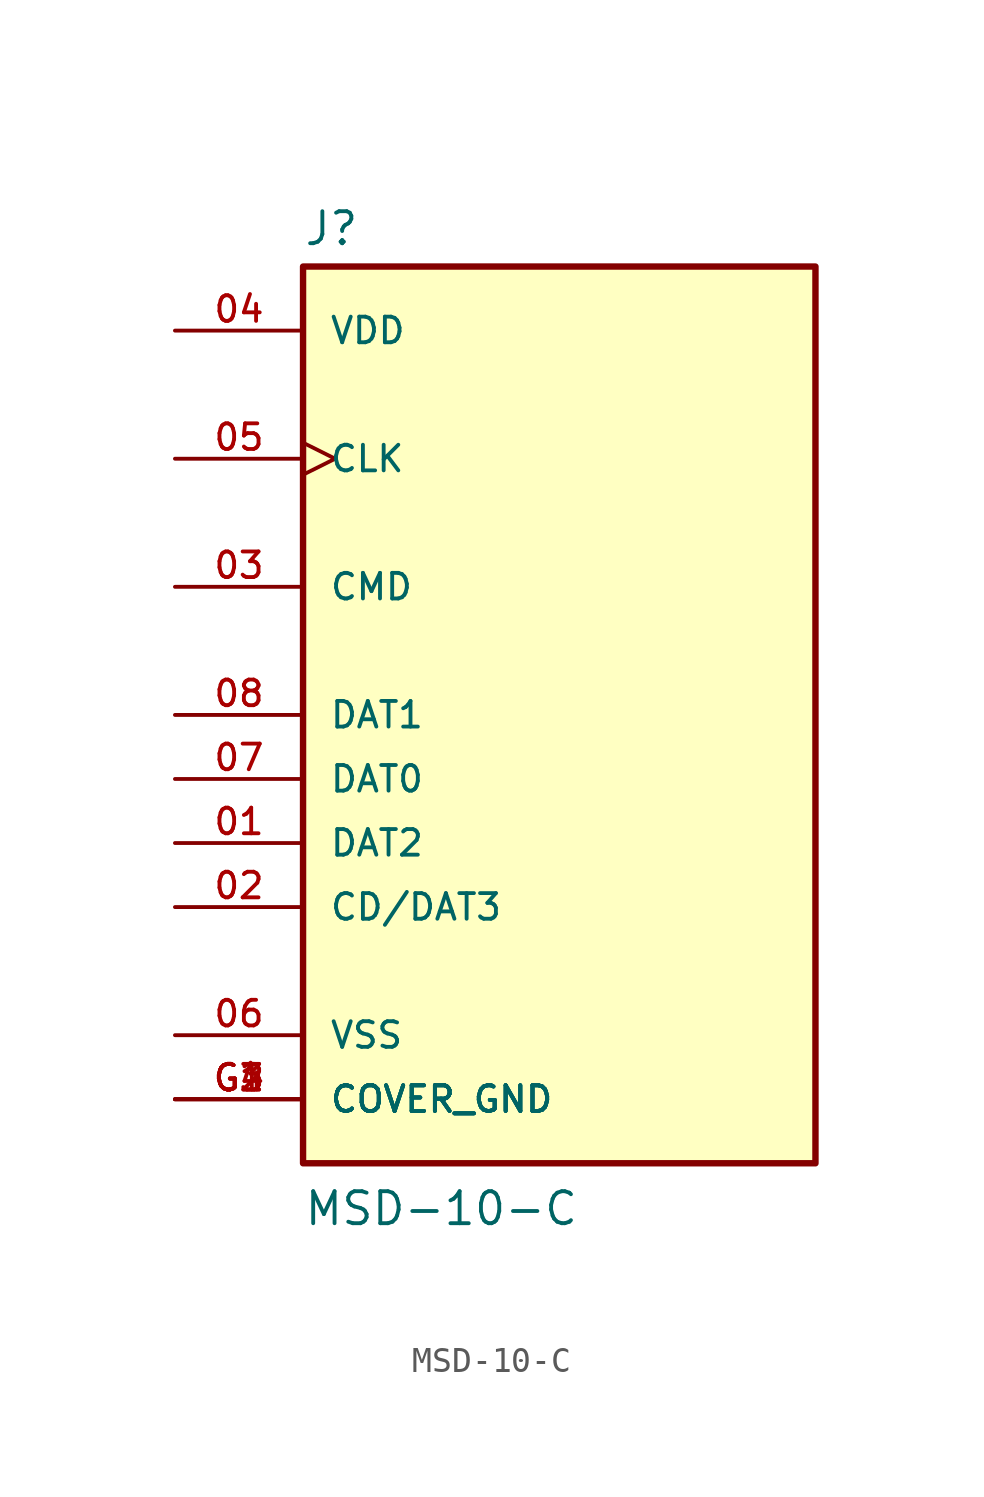
<source format=kicad_sym>
(kicad_symbol_lib
  (version 20211014)
  (generator kicad_symbol_editor)
  (symbol "MSD-10-C"
    (pin_names
      (offset 1.016))
    (property "Reference" "J"
      (at -10.16 18.542 0)
      (effects (font (size 1.27 1.27)) (justify bottom left)))
    (property "Value" "MSD-10-C"
      (at -10.16 -20.32 0)
      (effects (font (size 1.27 1.27)) (justify bottom left)))
    (symbol "MSD-10-C_0_0"
      (rectangle (start -10.16 -17.78) (end 10.16 17.78) (stroke (width 0.254)) (fill (type background)))
      (pin bidirectional line (at -15.24 -5.08 0) (length 5.08) (name "DAT2" (effects (font (size 1.016 1.016)))) (number "01" (effects (font (size 1.016 1.016)))))
      (pin bidirectional line (at -15.24 -7.62 0) (length 5.08) (name "CD/DAT3" (effects (font (size 1.016 1.016)))) (number "02" (effects (font (size 1.016 1.016)))))
      (pin bidirectional line (at -15.24 5.08 0) (length 5.08) (name "CMD" (effects (font (size 1.016 1.016)))) (number "03" (effects (font (size 1.016 1.016)))))
      (pin power_in line (at -15.24 15.24 0) (length 5.08) (name "VDD" (effects (font (size 1.016 1.016)))) (number "04" (effects (font (size 1.016 1.016)))))
      (pin input clock (at -15.24 10.16 0) (length 5.08) (name "CLK" (effects (font (size 1.016 1.016)))) (number "05" (effects (font (size 1.016 1.016)))))
      (pin power_in line (at -15.24 -12.7 0) (length 5.08) (name "VSS" (effects (font (size 1.016 1.016)))) (number "06" (effects (font (size 1.016 1.016)))))
      (pin bidirectional line (at -15.24 -2.54 0) (length 5.08) (name "DAT0" (effects (font (size 1.016 1.016)))) (number "07" (effects (font (size 1.016 1.016)))))
      (pin bidirectional line (at -15.24 0.0 0) (length 5.08) (name "DAT1" (effects (font (size 1.016 1.016)))) (number "08" (effects (font (size 1.016 1.016)))))
      (pin power_in line (at -15.24 -15.24 0) (length 5.08) (name "COVER_GND" (effects (font (size 1.016 1.016)))) (number "G1" (effects (font (size 1.016 1.016)))))
      (pin power_in line (at -15.24 -15.24 0) (length 5.08) (name "COVER_GND" (effects (font (size 1.016 1.016)))) (number "G2" (effects (font (size 1.016 1.016)))))
      (pin power_in line (at -15.24 -15.24 0) (length 5.08) (name "COVER_GND" (effects (font (size 1.016 1.016)))) (number "G3" (effects (font (size 1.016 1.016)))))
      (pin power_in line (at -15.24 -15.24 0) (length 5.08) (name "COVER_GND" (effects (font (size 1.016 1.016)))) (number "G4" (effects (font (size 1.016 1.016))))))))
</source>
